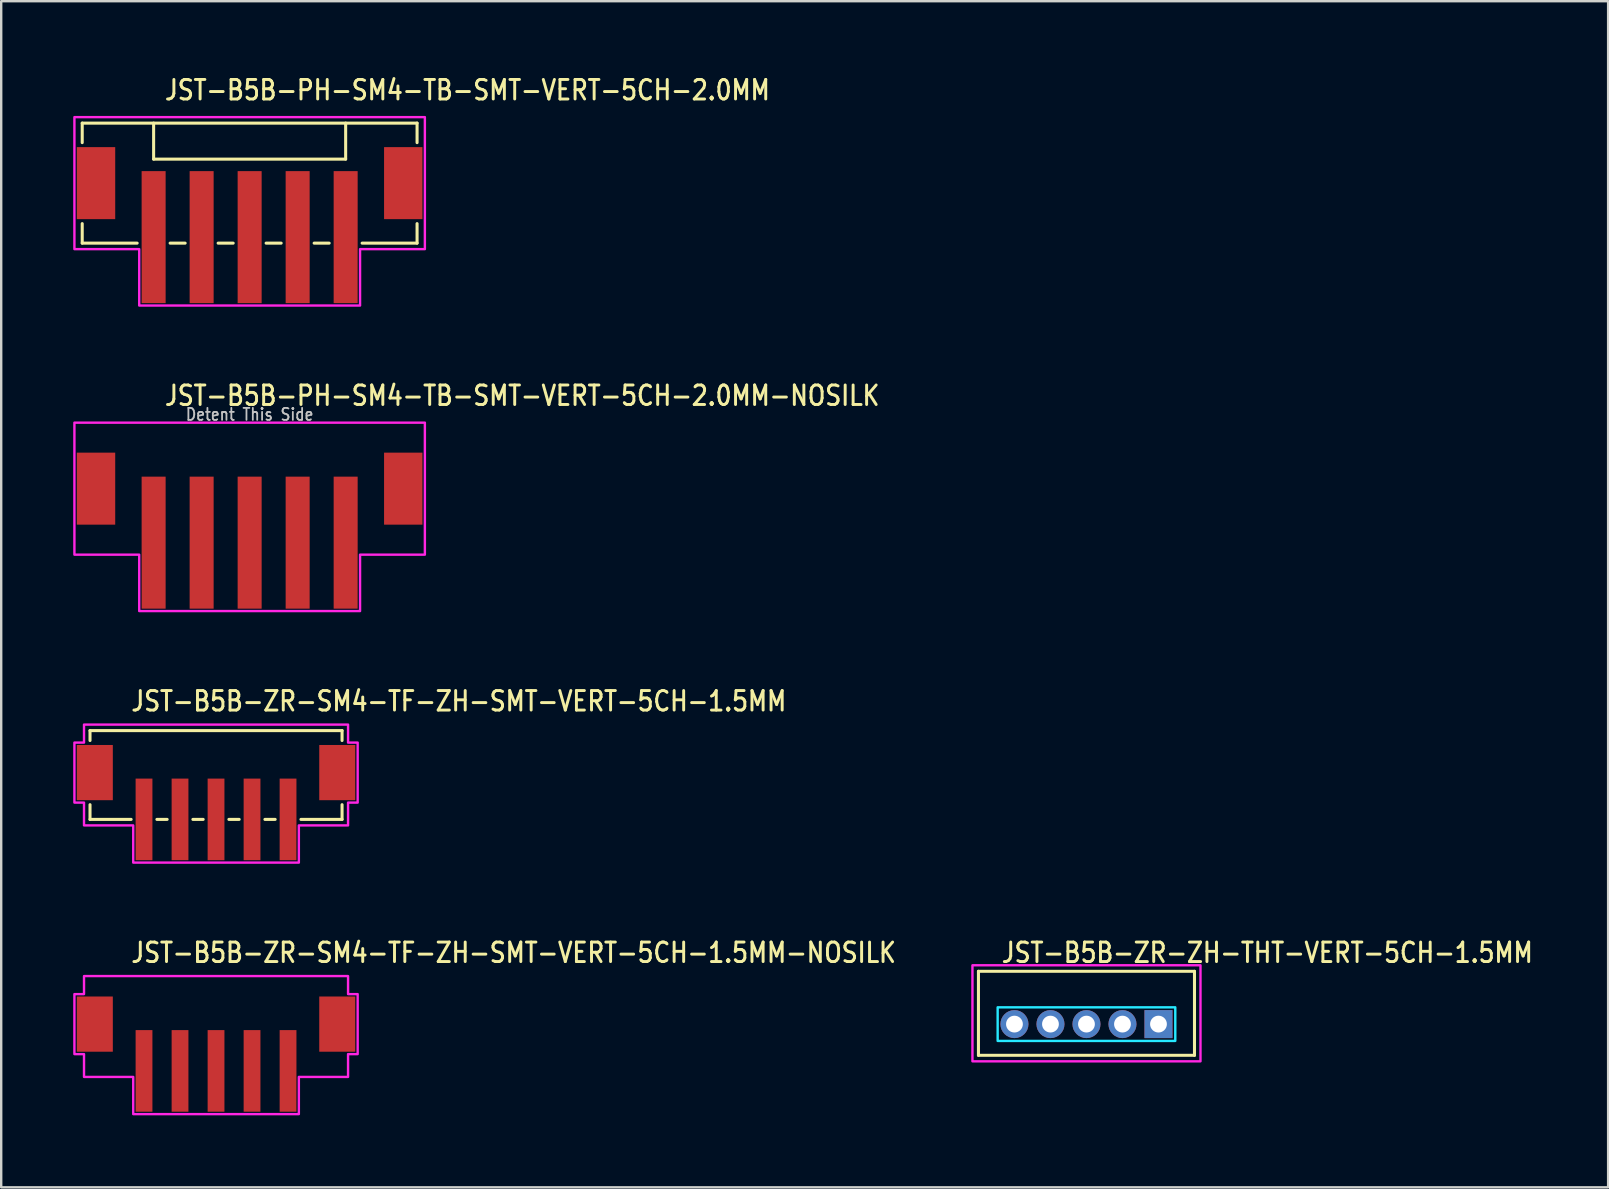
<source format=kicad_pcb>
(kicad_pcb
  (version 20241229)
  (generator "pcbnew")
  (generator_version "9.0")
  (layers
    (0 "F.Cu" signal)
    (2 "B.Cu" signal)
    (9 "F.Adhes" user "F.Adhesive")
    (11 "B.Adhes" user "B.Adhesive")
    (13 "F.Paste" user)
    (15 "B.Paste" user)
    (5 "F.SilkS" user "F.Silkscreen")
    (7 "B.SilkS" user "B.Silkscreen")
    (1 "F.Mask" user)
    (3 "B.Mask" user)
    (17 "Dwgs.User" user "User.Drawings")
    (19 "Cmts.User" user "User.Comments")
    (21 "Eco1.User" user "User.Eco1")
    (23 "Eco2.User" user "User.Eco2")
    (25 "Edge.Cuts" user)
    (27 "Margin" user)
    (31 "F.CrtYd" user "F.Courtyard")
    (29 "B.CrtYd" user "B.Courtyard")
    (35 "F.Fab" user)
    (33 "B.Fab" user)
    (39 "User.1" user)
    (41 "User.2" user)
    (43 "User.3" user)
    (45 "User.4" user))
  (footprint "JST-B5B-ZR-ZH-THT-VERT-5CH-1.5MM"
    (layer "F.Cu")
    (at 42.212 39.614)
    (property "Reference" "JST-B5B-ZR-ZH-THT-VERT-5CH-1.5MM" (at -3.6 -2.5 0) (unlocked yes) (layer "F.SilkS") (effects (font (size 0.813 0.695) (thickness 0.122)) (justify left bottom)))
    (fp_line (start -4.5 -2.2) (end 4.5 -2.2) (stroke (width 0.127) (type solid)) (layer "F.SilkS"))
    (fp_line (start -4.5 1.3) (end -4.5 -2.2) (stroke (width 0.127) (type solid)) (layer "F.SilkS"))
    (fp_line (start -4.5 1.3) (end 4.5 1.3) (stroke (width 0.127) (type solid)) (layer "F.SilkS"))
    (fp_line (start 4.5 -2.2) (end 4.5 1.3) (stroke (width 0.127) (type solid)) (layer "F.SilkS"))
    (fp_poly (pts (xy -3.7 -0.7) (xy -3.7 0.7) (xy 3.7 0.7) (xy 3.7 -0.7)) (stroke (width 0.1) (type solid)) (fill no) (layer "B.CrtYd"))
    (fp_poly (pts (xy -4.75 -2.45) (xy -4.75 1.55) (xy 4.75 1.55) (xy 4.75 -2.45)) (stroke (width 0.1) (type solid)) (fill no) (layer "F.CrtYd"))
    (pad "1" thru_hole rect (at 3 0) (size 1.167 1.167) (drill 0.7) (layers "*.Cu" "*.Mask"))
    (pad "2" thru_hole oval (at 1.5 0) (size 1.167 1.167) (drill 0.7) (layers "*.Cu" "*.Mask"))
    (pad "3" thru_hole oval (at 0 0) (size 1.167 1.167) (drill 0.7) (layers "*.Cu" "*.Mask"))
    (pad "4" thru_hole oval (at -1.5 0) (size 1.167 1.167) (drill 0.7) (layers "*.Cu" "*.Mask"))
    (pad "5" thru_hole oval (at -3 0) (size 1.167 1.167) (drill 0.7) (layers "*.Cu" "*.Mask")))
  (footprint "JST-B5B-PH-SM4-TB-SMT-VERT-5CH-2.0MM-NOSILK"
    (layer "F.Cu")
    (at 7.35 17.307)
    (property "Reference" "JST-B5B-PH-SM4-TB-SMT-VERT-5CH-2.0MM-NOSILK" (at -3.6 -3.4 0) (unlocked yes) (layer "F.SilkS") (effects (font (size 0.813 0.695) (thickness 0.122)) (justify left bottom)))
    (fp_poly (pts (xy -7.3 -2.75) (xy -7.3 2.75) (xy -4.6 2.75) (xy -4.6 5.1) (xy 4.6 5.1) (xy 4.6 2.75) (xy 7.3 2.75) (xy 7.3 -2.75)) (stroke (width 0.1) (type solid)) (fill no) (layer "F.CrtYd"))
    (fp_text user "Detent This Side" (at 0 -2.8 0) (unlocked yes) (layer "Dwgs.User") (effects (font (size 0.5 0.427) (thickness 0.075)) (justify bottom)))
    (pad "1" smd rect (at -4 2.25) (size 1 5.5) (layers "F.Cu" "F.Mask" "F.Paste"))
    (pad "2" smd rect (at -2 2.25) (size 1 5.5) (layers "F.Cu" "F.Mask" "F.Paste"))
    (pad "3" smd rect (at 0 2.25) (size 1 5.5) (layers "F.Cu" "F.Mask" "F.Paste"))
    (pad "4" smd rect (at 2 2.25) (size 1 5.5) (layers "F.Cu" "F.Mask" "F.Paste"))
    (pad "5" smd rect (at 4 2.25) (size 1 5.5) (layers "F.Cu" "F.Mask" "F.Paste"))
    (pad "S_1" smd rect (at -6.4 0) (size 1.6 3) (layers "F.Cu" "F.Mask" "F.Paste"))
    (pad "S_2" smd rect (at 6.4 0) (size 1.6 3) (layers "F.Cu" "F.Mask" "F.Paste")))
  (footprint "JST-B5B-ZR-SM4-TF-ZH-SMT-VERT-5CH-1.5MM"
    (layer "F.Cu")
    (at 5.95 29.136)
    (property "Reference" "JST-B5B-ZR-SM4-TF-ZH-SMT-VERT-5CH-1.5MM" (at -3.6 -2.5 0) (unlocked yes) (layer "F.SilkS") (effects (font (size 0.813 0.695) (thickness 0.122)) (justify left bottom)))
    (fp_line (start -5.25 -1.75) (end -5.25 -1.337) (stroke (width 0.127) (type solid)) (layer "F.SilkS"))
    (fp_line (start -5.25 -1.75) (end 5.25 -1.75) (stroke (width 0.127) (type solid)) (layer "F.SilkS"))
    (fp_line (start -5.25 1.95) (end -5.25 1.337) (stroke (width 0.127) (type solid)) (layer "F.SilkS"))
    (fp_line (start -5.25 1.95) (end -3.537 1.95) (stroke (width 0.127) (type solid)) (layer "F.SilkS"))
    (fp_line (start -2.463 1.95) (end -2.037 1.95) (stroke (width 0.127) (type solid)) (layer "F.SilkS"))
    (fp_line (start -0.964 1.95) (end -0.536 1.95) (stroke (width 0.127) (type solid)) (layer "F.SilkS"))
    (fp_line (start 0.536 1.95) (end 0.964 1.95) (stroke (width 0.127) (type solid)) (layer "F.SilkS"))
    (fp_line (start 2.037 1.95) (end 2.463 1.95) (stroke (width 0.127) (type solid)) (layer "F.SilkS"))
    (fp_line (start 3.537 1.95) (end 5.25 1.95) (stroke (width 0.127) (type solid)) (layer "F.SilkS"))
    (fp_line (start 5.25 -1.337) (end 5.25 -1.75) (stroke (width 0.127) (type solid)) (layer "F.SilkS"))
    (fp_line (start 5.25 1.337) (end 5.25 1.95) (stroke (width 0.127) (type solid)) (layer "F.SilkS"))
    (fp_poly (pts (xy -5.5 -2) (xy -5.5 -1.25) (xy -5.9 -1.25) (xy -5.9 1.25) (xy -5.5 1.25) (xy -5.5 2.2) (xy -3.45 2.2) (xy -3.45 3.75) (xy 3.45 3.75) (xy 3.45 2.2) (xy 5.5 2.2) (xy 5.5 1.25) (xy 5.9 1.25) (xy 5.9 -1.25) (xy 5.5 -1.25) (xy 5.5 -2)) (stroke (width 0.1) (type solid)) (fill no) (layer "F.CrtYd"))
    (pad "1" smd rect (at -3 1.95) (size 0.7 3.4) (layers "F.Cu" "F.Mask" "F.Paste"))
    (pad "2" smd rect (at -1.5 1.95) (size 0.7 3.4) (layers "F.Cu" "F.Mask" "F.Paste"))
    (pad "3" smd rect (at 0 1.95) (size 0.7 3.4) (layers "F.Cu" "F.Mask" "F.Paste"))
    (pad "4" smd rect (at 1.5 1.95) (size 0.7 3.4) (layers "F.Cu" "F.Mask" "F.Paste"))
    (pad "5" smd rect (at 3 1.95) (size 0.7 3.4) (layers "F.Cu" "F.Mask" "F.Paste"))
    (pad "S_6" smd rect (at 5.05 0) (size 1.5 2.3) (layers "F.Cu" "F.Mask" "F.Paste"))
    (pad "S_7" smd rect (at -5.05 0) (size 1.5 2.3) (layers "F.Cu" "F.Mask" "F.Paste")))
  (footprint "JST-B5B-PH-SM4-TB-SMT-VERT-5CH-2.0MM"
    (layer "F.Cu")
    (at 7.35 4.579)
    (property "Reference" "JST-B5B-PH-SM4-TB-SMT-VERT-5CH-2.0MM" (at -3.6 -3.4 0) (unlocked yes) (layer "F.SilkS") (effects (font (size 0.813 0.695) (thickness 0.122)) (justify left bottom)))
    (fp_line (start -6.975 -2.5) (end -6.975 -1.687) (stroke (width 0.127) (type solid)) (layer "F.SilkS"))
    (fp_line (start -6.975 -2.5) (end 6.975 -2.5) (stroke (width 0.127) (type solid)) (layer "F.SilkS"))
    (fp_line (start -6.975 2.5) (end -6.975 1.687) (stroke (width 0.127) (type solid)) (layer "F.SilkS"))
    (fp_line (start -6.975 2.5) (end -4.686 2.5) (stroke (width 0.127) (type solid)) (layer "F.SilkS"))
    (fp_line (start -4 -2.5) (end -4 -1) (stroke (width 0.127) (type solid)) (layer "F.SilkS"))
    (fp_line (start -4 -1) (end 4 -1) (stroke (width 0.127) (type solid)) (layer "F.SilkS"))
    (fp_line (start -3.313 2.5) (end -2.687 2.5) (stroke (width 0.127) (type solid)) (layer "F.SilkS"))
    (fp_line (start -1.313 2.5) (end -0.686 2.5) (stroke (width 0.127) (type solid)) (layer "F.SilkS"))
    (fp_line (start 0.686 2.5) (end 1.313 2.5) (stroke (width 0.127) (type solid)) (layer "F.SilkS"))
    (fp_line (start 2.687 2.5) (end 3.313 2.5) (stroke (width 0.127) (type solid)) (layer "F.SilkS"))
    (fp_line (start 4 -1) (end 4 -2.5) (stroke (width 0.127) (type solid)) (layer "F.SilkS"))
    (fp_line (start 4.686 2.5) (end 6.975 2.5) (stroke (width 0.127) (type solid)) (layer "F.SilkS"))
    (fp_line (start 6.975 -1.687) (end 6.975 -2.5) (stroke (width 0.127) (type solid)) (layer "F.SilkS"))
    (fp_line (start 6.975 1.687) (end 6.975 2.5) (stroke (width 0.127) (type solid)) (layer "F.SilkS"))
    (fp_poly (pts (xy -7.3 -2.75) (xy -7.3 2.75) (xy -4.6 2.75) (xy -4.6 5.1) (xy 4.6 5.1) (xy 4.6 2.75) (xy 7.3 2.75) (xy 7.3 -2.75)) (stroke (width 0.1) (type solid)) (fill no) (layer "F.CrtYd"))
    (pad "1" smd rect (at -4 2.25) (size 1 5.5) (layers "F.Cu" "F.Mask" "F.Paste"))
    (pad "2" smd rect (at -2 2.25) (size 1 5.5) (layers "F.Cu" "F.Mask" "F.Paste"))
    (pad "3" smd rect (at 0 2.25) (size 1 5.5) (layers "F.Cu" "F.Mask" "F.Paste"))
    (pad "4" smd rect (at 2 2.25) (size 1 5.5) (layers "F.Cu" "F.Mask" "F.Paste"))
    (pad "5" smd rect (at 4 2.25) (size 1 5.5) (layers "F.Cu" "F.Mask" "F.Paste"))
    (pad "S_1" smd rect (at -6.4 0) (size 1.6 3) (layers "F.Cu" "F.Mask" "F.Paste"))
    (pad "S_2" smd rect (at 6.4 0) (size 1.6 3) (layers "F.Cu" "F.Mask" "F.Paste")))
  (footprint "JST-B5B-ZR-SM4-TF-ZH-SMT-VERT-5CH-1.5MM-NOSILK"
    (layer "F.Cu")
    (at 5.95 39.614)
    (property "Reference" "JST-B5B-ZR-SM4-TF-ZH-SMT-VERT-5CH-1.5MM-NOSILK" (at -3.6 -2.5 0) (unlocked yes) (layer "F.SilkS") (effects (font (size 0.813 0.695) (thickness 0.122)) (justify left bottom)))
    (fp_poly (pts (xy -5.5 -2) (xy -5.5 -1.25) (xy -5.9 -1.25) (xy -5.9 1.25) (xy -5.5 1.25) (xy -5.5 2.2) (xy -3.45 2.2) (xy -3.45 3.75) (xy 3.45 3.75) (xy 3.45 2.2) (xy 5.5 2.2) (xy 5.5 1.25) (xy 5.9 1.25) (xy 5.9 -1.25) (xy 5.5 -1.25) (xy 5.5 -2)) (stroke (width 0.1) (type solid)) (fill no) (layer "F.CrtYd"))
    (pad "1" smd rect (at -3 1.95) (size 0.7 3.4) (layers "F.Cu" "F.Mask" "F.Paste"))
    (pad "2" smd rect (at -1.5 1.95) (size 0.7 3.4) (layers "F.Cu" "F.Mask" "F.Paste"))
    (pad "3" smd rect (at 0 1.95) (size 0.7 3.4) (layers "F.Cu" "F.Mask" "F.Paste"))
    (pad "4" smd rect (at 1.5 1.95) (size 0.7 3.4) (layers "F.Cu" "F.Mask" "F.Paste"))
    (pad "5" smd rect (at 3 1.95) (size 0.7 3.4) (layers "F.Cu" "F.Mask" "F.Paste"))
    (pad "6" smd rect (at 5.05 0) (size 1.5 2.3) (layers "F.Cu" "F.Mask" "F.Paste"))
    (pad "7" smd rect (at -5.05 0) (size 1.5 2.3) (layers "F.Cu" "F.Mask" "F.Paste")))
  (gr_rect
    (start -3 -3)
    (end 63.944 46.414)
    (stroke (width 0.1) (type default))
    (fill no)
    (layer "Edge.Cuts")))
</source>
